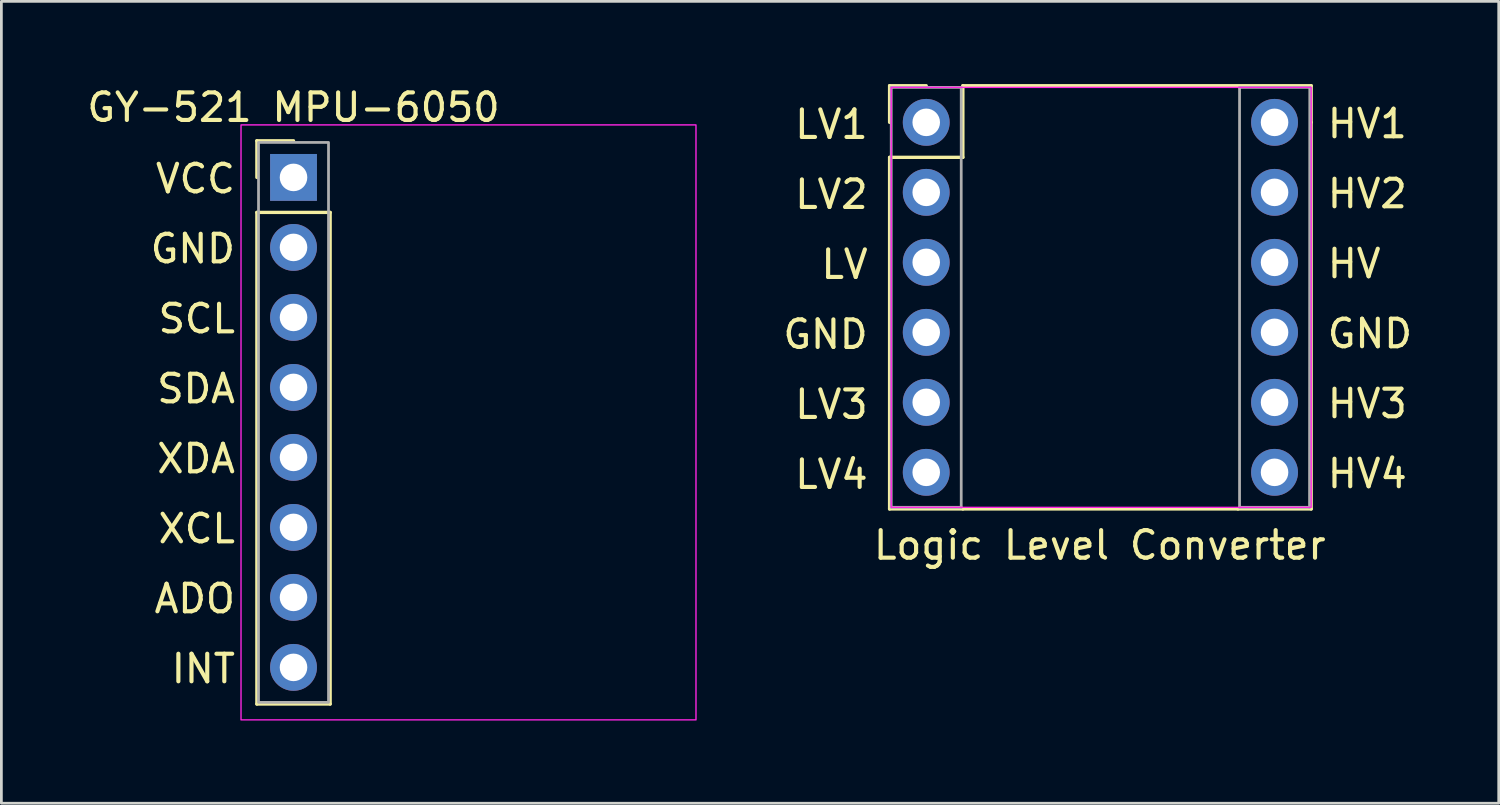
<source format=kicad_pcb>
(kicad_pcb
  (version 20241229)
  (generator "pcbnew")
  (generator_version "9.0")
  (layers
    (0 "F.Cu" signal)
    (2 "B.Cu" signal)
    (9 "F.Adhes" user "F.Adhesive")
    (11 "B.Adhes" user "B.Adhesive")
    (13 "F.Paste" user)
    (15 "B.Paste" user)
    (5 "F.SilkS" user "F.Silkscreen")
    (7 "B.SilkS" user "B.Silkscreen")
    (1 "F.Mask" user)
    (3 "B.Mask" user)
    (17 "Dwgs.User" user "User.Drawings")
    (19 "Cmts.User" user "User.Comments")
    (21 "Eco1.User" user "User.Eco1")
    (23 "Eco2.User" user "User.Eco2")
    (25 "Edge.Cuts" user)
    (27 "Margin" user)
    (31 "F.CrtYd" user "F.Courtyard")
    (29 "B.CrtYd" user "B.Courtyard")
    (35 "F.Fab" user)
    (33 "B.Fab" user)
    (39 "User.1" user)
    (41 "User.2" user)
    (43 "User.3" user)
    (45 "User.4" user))
  (footprint "Logic Level Converter"
    (layer "F.Cu")
    (at 30.561 1.39)
    (property "Reference" "Logic Level Converter" (at 6.299 15.342 0) (layer "F.SilkS") (effects (font (size 1 1) (thickness 0.15))))
    (attr through_hole)
    (fp_line (start -1.33 -1.33) (end 0 -1.33) (stroke (width 0.12) (type solid)) (layer "F.SilkS"))
    (fp_line (start -1.33 0) (end -1.33 -1.33) (stroke (width 0.12) (type solid)) (layer "F.SilkS"))
    (fp_line (start -1.33 1.27) (end -1.33 14.03) (stroke (width 0.12) (type solid)) (layer "F.SilkS"))
    (fp_line (start -1.33 1.27) (end 1.33 1.27) (stroke (width 0.12) (type solid)) (layer "F.SilkS"))
    (fp_line (start -1.33 14.03) (end 1.33 14.03) (stroke (width 0.12) (type solid)) (layer "F.SilkS"))
    (fp_line (start 1.33 -1.33) (end 1.33 1.27) (stroke (width 0.12) (type default)) (layer "F.SilkS"))
    (fp_line (start 11.31 14.03) (end 1.33 14.03) (stroke (width 0.12) (type solid)) (layer "F.SilkS"))
    (fp_line (start 13.97 -1.33) (end 1.33 -1.33) (stroke (width 0.12) (type solid)) (layer "F.SilkS"))
    (fp_line (start 13.97 0) (end 13.97 -1.33) (stroke (width 0.12) (type solid)) (layer "F.SilkS"))
    (fp_line (start 13.97 0) (end 13.97 14.03) (stroke (width 0.12) (type solid)) (layer "F.SilkS"))
    (fp_line (start 13.97 14.03) (end 11.31 14.03) (stroke (width 0.12) (type solid)) (layer "F.SilkS"))
    (fp_rect (start -1.27 -1.27) (end 13.97 13.97) (stroke (width 0.05) (type default)) (fill no) (layer "F.CrtYd"))
    (fp_line (start -1.27 -1.27) (end 1.27 -1.27) (stroke (width 0.1) (type solid)) (layer "F.Fab"))
    (fp_line (start -1.27 13.97) (end -1.27 -1.27) (stroke (width 0.1) (type solid)) (layer "F.Fab"))
    (fp_line (start 1.27 -1.27) (end 1.27 13.97) (stroke (width 0.1) (type solid)) (layer "F.Fab"))
    (fp_line (start 1.27 13.97) (end -1.27 13.97) (stroke (width 0.1) (type solid)) (layer "F.Fab"))
    (fp_line (start 11.37 -1.27) (end 11.37 13.97) (stroke (width 0.1) (type solid)) (layer "F.Fab"))
    (fp_line (start 11.37 13.97) (end 13.91 13.97) (stroke (width 0.1) (type solid)) (layer "F.Fab"))
    (fp_line (start 13.91 13.97) (end 13.919 -1.27) (stroke (width 0.1) (type solid)) (layer "F.Fab"))
    (fp_line (start 13.919 -1.27) (end 11.37 -1.27) (stroke (width 0.1) (type solid)) (layer "F.Fab"))
    (fp_text user "HV4" (at 14.478 13.335 0) (unlocked yes) (layer "F.SilkS") (effects (font (size 1 1) (thickness 0.15)) (justify left bottom)))
    (fp_text user "LV" (at -2.032 5.74 0) (unlocked yes) (layer "F.SilkS") (effects (font (size 1 1) (thickness 0.15)) (justify right bottom)))
    (fp_text user "HV" (at 14.478 5.715 0) (unlocked yes) (layer "F.SilkS") (effects (font (size 1 1) (thickness 0.15)) (justify left bottom)))
    (fp_text user "GND" (at -2.032 8.28 0) (unlocked yes) (layer "F.SilkS") (effects (font (size 1 1) (thickness 0.15)) (justify right bottom)))
    (fp_text user "HV3" (at 14.478 10.795 0) (unlocked yes) (layer "F.SilkS") (effects (font (size 1 1) (thickness 0.15)) (justify left bottom)))
    (fp_text user "LV3" (at -2.032 10.82 0) (unlocked yes) (layer "F.SilkS") (effects (font (size 1 1) (thickness 0.15)) (justify right bottom)))
    (fp_text user "LV4" (at -2.032 13.36 0) (unlocked yes) (layer "F.SilkS") (effects (font (size 1 1) (thickness 0.15)) (justify right bottom)))
    (fp_text user "LV1" (at -2.032 0.66 0) (unlocked yes) (layer "F.SilkS") (effects (font (size 1 1) (thickness 0.15)) (justify right bottom)))
    (fp_text user "LV2" (at -2.032 3.2 0) (unlocked yes) (layer "F.SilkS") (effects (font (size 1 1) (thickness 0.15)) (justify right bottom)))
    (fp_text user "HV2" (at 14.478 3.175 0) (unlocked yes) (layer "F.SilkS") (effects (font (size 1 1) (thickness 0.15)) (justify left bottom)))
    (fp_text user "GND" (at 14.478 8.255 0) (unlocked yes) (layer "F.SilkS") (effects (font (size 1 1) (thickness 0.15)) (justify left bottom)))
    (fp_text user "HV1" (at 14.478 0.635 0) (unlocked yes) (layer "F.SilkS") (effects (font (size 1 1) (thickness 0.15)) (justify left bottom)))
    (pad "1" thru_hole circle (at 0 0) (size 1.7 1.7) (drill 1) (layers "*.Cu" "*.Mask"))
    (pad "2" thru_hole oval (at 0 2.54) (size 1.7 1.7) (drill 1) (layers "*.Cu" "*.Mask"))
    (pad "3" thru_hole oval (at 0 5.08) (size 1.7 1.7) (drill 1) (layers "*.Cu" "*.Mask"))
    (pad "4" thru_hole oval (at 0 7.62) (size 1.7 1.7) (drill 1) (layers "*.Cu" "*.Mask"))
    (pad "5" thru_hole oval (at 0 10.16) (size 1.7 1.7) (drill 1) (layers "*.Cu" "*.Mask"))
    (pad "6" thru_hole oval (at 0 12.7) (size 1.7 1.7) (drill 1) (layers "*.Cu" "*.Mask"))
    (pad "7" thru_hole oval (at 12.64 12.7) (size 1.7 1.7) (drill 1) (layers "*.Cu" "*.Mask"))
    (pad "8" thru_hole oval (at 12.64 10.16) (size 1.7 1.7) (drill 1) (layers "*.Cu" "*.Mask"))
    (pad "9" thru_hole oval (at 12.64 7.62) (size 1.7 1.7) (drill 1) (layers "*.Cu" "*.Mask"))
    (pad "10" thru_hole oval (at 12.64 5.08) (size 1.7 1.7) (drill 1) (layers "*.Cu" "*.Mask"))
    (pad "11" thru_hole oval (at 12.64 2.54) (size 1.7 1.7) (drill 1) (layers "*.Cu" "*.Mask"))
    (pad "12" thru_hole circle (at 12.64 0) (size 1.7 1.7) (drill 1) (layers "*.Cu" "*.Mask")))
  (footprint "GY-521 MPU-6050"
    (layer "F.Cu")
    (at 7.601 3.388)
    (property "Reference" "GY-521 MPU-6050" (at 0 -2.54 0) (layer "F.SilkS") (effects (font (size 1 1) (thickness 0.15))))
    (attr through_hole)
    (fp_line (start -1.33 -1.33) (end 0 -1.33) (stroke (width 0.12) (type solid)) (layer "F.SilkS"))
    (fp_line (start -1.33 0) (end -1.33 -1.33) (stroke (width 0.12) (type solid)) (layer "F.SilkS"))
    (fp_line (start -1.33 1.27) (end -1.33 19.11) (stroke (width 0.12) (type solid)) (layer "F.SilkS"))
    (fp_line (start -1.33 1.27) (end 1.33 1.27) (stroke (width 0.12) (type solid)) (layer "F.SilkS"))
    (fp_line (start -1.33 19.11) (end 1.33 19.11) (stroke (width 0.12) (type solid)) (layer "F.SilkS"))
    (fp_line (start 1.33 1.27) (end 1.33 19.11) (stroke (width 0.12) (type solid)) (layer "F.SilkS"))
    (fp_rect (start -1.905 -1.905) (end 14.605 19.685) (stroke (width 0.05) (type default)) (fill no) (layer "F.CrtYd"))
    (fp_rect (start -1.27 -1.27) (end 1.27 19.05) (stroke (width 0.1) (type default)) (fill no) (layer "F.Fab"))
    (fp_text user "XDA" (at -2.032 10.795 0) (unlocked yes) (layer "F.SilkS") (effects (font (size 1 1) (thickness 0.15)) (justify right bottom)))
    (fp_text user "SCL" (at -2.032 5.715 0) (unlocked yes) (layer "F.SilkS") (effects (font (size 1 1) (thickness 0.15)) (justify right bottom)))
    (fp_text user "INT" (at -2.032 18.415 0) (unlocked yes) (layer "F.SilkS") (effects (font (size 1 1) (thickness 0.15)) (justify right bottom)))
    (fp_text user "GND" (at -2.032 3.175 0) (unlocked yes) (layer "F.SilkS") (effects (font (size 1 1) (thickness 0.15)) (justify right bottom)))
    (fp_text user "ADO" (at -2.032 15.875 0) (unlocked yes) (layer "F.SilkS") (effects (font (size 1 1) (thickness 0.15)) (justify right bottom)))
    (fp_text user "VCC" (at -2.032 0.635 0) (unlocked yes) (layer "F.SilkS") (effects (font (size 1 1) (thickness 0.15)) (justify right bottom)))
    (fp_text user "XCL" (at -2.032 13.335 0) (unlocked yes) (layer "F.SilkS") (effects (font (size 1 1) (thickness 0.15)) (justify right bottom)))
    (fp_text user "SDA" (at -2.032 8.255 0) (unlocked yes) (layer "F.SilkS") (effects (font (size 1 1) (thickness 0.15)) (justify right bottom)))
    (pad "1" thru_hole rect (at 0 0) (size 1.7 1.7) (drill 1) (layers "*.Cu" "*.Mask"))
    (pad "2" thru_hole oval (at 0 2.54) (size 1.7 1.7) (drill 1) (layers "*.Cu" "*.Mask"))
    (pad "3" thru_hole oval (at 0 5.08) (size 1.7 1.7) (drill 1) (layers "*.Cu" "*.Mask"))
    (pad "4" thru_hole oval (at 0 7.62) (size 1.7 1.7) (drill 1) (layers "*.Cu" "*.Mask"))
    (pad "5" thru_hole oval (at 0 10.16) (size 1.7 1.7) (drill 1) (layers "*.Cu" "*.Mask"))
    (pad "6" thru_hole oval (at 0 12.7) (size 1.7 1.7) (drill 1) (layers "*.Cu" "*.Mask"))
    (pad "7" thru_hole oval (at 0 15.24) (size 1.7 1.7) (drill 1) (layers "*.Cu" "*.Mask"))
    (pad "8" thru_hole oval (at 0 17.78) (size 1.7 1.7) (drill 1) (layers "*.Cu" "*.Mask")))
  (gr_rect
    (start -3 -3)
    (end 51.336 26.098)
    (stroke (width 0.1) (type default))
    (fill no)
    (layer "Edge.Cuts")))
</source>
